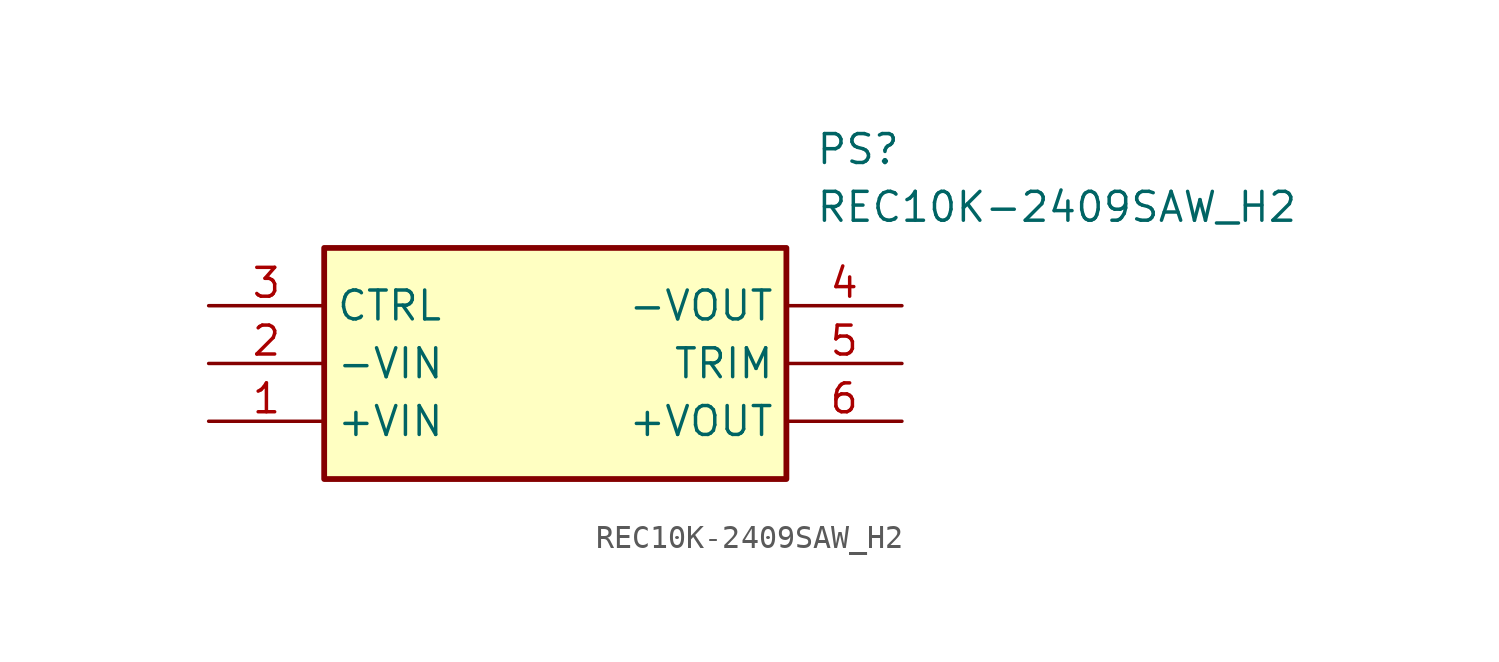
<source format=kicad_sym>
(kicad_symbol_lib
  (version 20211014)
  (generator SamacSys_ECAD_Model)
  (symbol "REC10K-2409SAW_H2"
    (property "Reference" "PS"
      (at 26.67 7.62 0)
      (effects (font (size 1.27 1.27)) (justify left top)))
    (property "Value" "REC10K-2409SAW_H2"
      (at 26.67 5.08 0)
      (effects (font (size 1.27 1.27)) (justify left top)))
    (rectangle
      (start 5.08 2.54)
      (end 25.4 -7.62)
      (stroke (width 0.254) (type default))
      (fill (type background)))
    (pin passive line
      (at 0 -5.08 0)
      (length 5.08)
      (name "+VIN" (effects (font (size 1.27 1.27))))
      (number "1" (effects (font (size 1.27 1.27)))))
    (pin passive line
      (at 0 -2.54 0)
      (length 5.08)
      (name "-VIN" (effects (font (size 1.27 1.27))))
      (number "2" (effects (font (size 1.27 1.27)))))
    (pin passive line
      (at 0 0 0)
      (length 5.08)
      (name "CTRL" (effects (font (size 1.27 1.27))))
      (number "3" (effects (font (size 1.27 1.27)))))
    (pin passive line
      (at 30.48 0 180)
      (length 5.08)
      (name "-VOUT" (effects (font (size 1.27 1.27))))
      (number "4" (effects (font (size 1.27 1.27)))))
    (pin passive line
      (at 30.48 -2.54 180)
      (length 5.08)
      (name "TRIM" (effects (font (size 1.27 1.27))))
      (number "5" (effects (font (size 1.27 1.27)))))
    (pin passive line
      (at 30.48 -5.08 180)
      (length 5.08)
      (name "+VOUT" (effects (font (size 1.27 1.27))))
      (number "6" (effects (font (size 1.27 1.27)))))))
</source>
